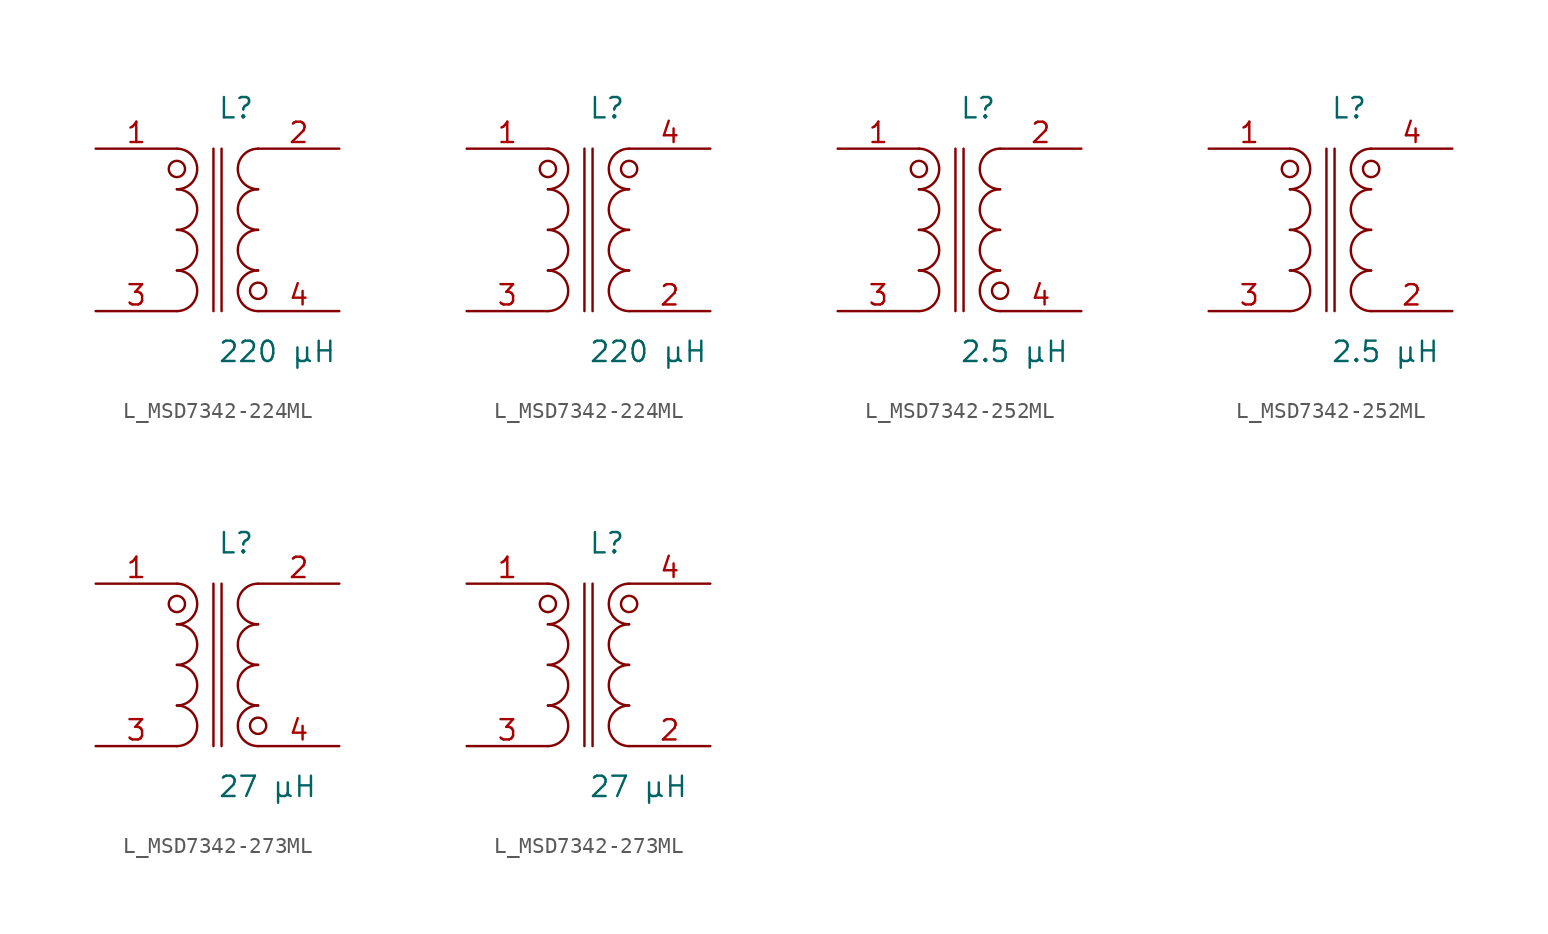
<source format=kicad_sym>
(kicad_symbol_lib
  (version 20231120)
  (generator kicad_symbol_editor)
  (generator_version 8.0)
  (symbol "L_MSD7342-224ML"
    (pin_names
      (offset 0.254))
    (property "Reference" "L"
      (at 0.0 7.62 0)
      (effects (font (size 1.27 1.27)) (justify left)))
    (property "Value" "220 µH"
      (at 0.0 -7.62 0)
      (effects (font (size 1.27 1.27)) (justify left)))
    (symbol "L_MSD7342-224ML_1_1"
      (arc (start -2.54 -5.08) (mid -1.27 -3.81) (end -2.54 -2.54) (stroke (width 0) (type default)) (fill (type none)))
      (arc (start -2.54 -2.54) (mid -1.27 -1.27) (end -2.54 0.0) (stroke (width 0) (type default)) (fill (type none)))
      (arc (start -2.54 0.0) (mid -1.27 1.27) (end -2.54 2.54) (stroke (width 0) (type default)) (fill (type none)))
      (arc (start -2.54 2.54) (mid -1.27 3.81) (end -2.54 5.08) (stroke (width 0) (type default)) (fill (type none)))
      (arc (start 2.54 -5.08) (mid 1.27 -3.81) (end 2.54 -2.54) (stroke (width 0) (type default)) (fill (type none)))
      (arc (start 2.54 -2.54) (mid 1.27 -1.27) (end 2.54 0.0) (stroke (width 0) (type default)) (fill (type none)))
      (arc (start 2.54 0.0) (mid 1.27 1.27) (end 2.54 2.54) (stroke (width 0) (type default)) (fill (type none)))
      (arc (start 2.54 2.54) (mid 1.27 3.81) (end 2.54 5.08) (stroke (width 0) (type default)) (fill (type none)))
      (circle (center -2.54 3.81) (radius 0.508) (stroke (width 0) (type default)) (fill (type none)))
      (circle (center 2.54 -3.81) (radius 0.508) (stroke (width 0) (type default)) (fill (type none)))
      (polyline (pts (xy -0.254 5.08) (xy -0.254 -5.08)) (stroke (width 0) (type default)) (fill (type none)))
      (polyline (pts (xy 0.254 5.08) (xy 0.254 -5.08)) (stroke (width 0) (type default)) (fill (type none)))
      (pin unspecified line (at -7.62 5.08 0) (length 5.08) (name "" (effects (font (size 1.27 1.27)))) (number "1" (effects (font (size 1.27 1.27)))))
      (pin unspecified line (at -7.62 -5.08 0) (length 5.08) (name "" (effects (font (size 1.27 1.27)))) (number "3" (effects (font (size 1.27 1.27)))))
      (pin unspecified line (at 7.62 5.08 180) (length 5.08) (name "" (effects (font (size 1.27 1.27)))) (number "2" (effects (font (size 1.27 1.27)))))
      (pin unspecified line (at 7.62 -5.08 180) (length 5.08) (name "" (effects (font (size 1.27 1.27)))) (number "4" (effects (font (size 1.27 1.27))))))
    (symbol "L_MSD7342-224ML_1_2"
      (arc (start -2.54 -5.08) (mid -1.27 -3.81) (end -2.54 -2.54) (stroke (width 0) (type default)) (fill (type none)))
      (arc (start -2.54 -2.54) (mid -1.27 -1.27) (end -2.54 0.0) (stroke (width 0) (type default)) (fill (type none)))
      (arc (start -2.54 0.0) (mid -1.27 1.27) (end -2.54 2.54) (stroke (width 0) (type default)) (fill (type none)))
      (arc (start -2.54 2.54) (mid -1.27 3.81) (end -2.54 5.08) (stroke (width 0) (type default)) (fill (type none)))
      (arc (start 2.54 -5.08) (mid 1.27 -3.81) (end 2.54 -2.54) (stroke (width 0) (type default)) (fill (type none)))
      (arc (start 2.54 -2.54) (mid 1.27 -1.27) (end 2.54 0.0) (stroke (width 0) (type default)) (fill (type none)))
      (arc (start 2.54 0.0) (mid 1.27 1.27) (end 2.54 2.54) (stroke (width 0) (type default)) (fill (type none)))
      (arc (start 2.54 2.54) (mid 1.27 3.81) (end 2.54 5.08) (stroke (width 0) (type default)) (fill (type none)))
      (circle (center -2.54 3.81) (radius 0.508) (stroke (width 0) (type default)) (fill (type none)))
      (circle (center 2.54 3.81) (radius 0.508) (stroke (width 0) (type default)) (fill (type none)))
      (polyline (pts (xy -0.254 5.08) (xy -0.254 -5.08)) (stroke (width 0) (type default)) (fill (type none)))
      (polyline (pts (xy 0.254 5.08) (xy 0.254 -5.08)) (stroke (width 0) (type default)) (fill (type none)))
      (pin unspecified line (at -7.62 5.08 0) (length 5.08) (name "" (effects (font (size 1.27 1.27)))) (number "1" (effects (font (size 1.27 1.27)))))
      (pin unspecified line (at -7.62 -5.08 0) (length 5.08) (name "" (effects (font (size 1.27 1.27)))) (number "3" (effects (font (size 1.27 1.27)))))
      (pin unspecified line (at 7.62 -5.08 180) (length 5.08) (name "" (effects (font (size 1.27 1.27)))) (number "2" (effects (font (size 1.27 1.27)))))
      (pin unspecified line (at 7.62 5.08 180) (length 5.08) (name "" (effects (font (size 1.27 1.27)))) (number "4" (effects (font (size 1.27 1.27)))))))
  (symbol "L_MSD7342-252ML"
    (pin_names
      (offset 0.254))
    (property "Reference" "L"
      (at 0.0 7.62 0)
      (effects (font (size 1.27 1.27)) (justify left)))
    (property "Value" "2.5 µH"
      (at 0.0 -7.62 0)
      (effects (font (size 1.27 1.27)) (justify left)))
    (symbol "L_MSD7342-252ML_1_1"
      (arc (start -2.54 -5.08) (mid -1.27 -3.81) (end -2.54 -2.54) (stroke (width 0) (type default)) (fill (type none)))
      (arc (start -2.54 -2.54) (mid -1.27 -1.27) (end -2.54 0.0) (stroke (width 0) (type default)) (fill (type none)))
      (arc (start -2.54 0.0) (mid -1.27 1.27) (end -2.54 2.54) (stroke (width 0) (type default)) (fill (type none)))
      (arc (start -2.54 2.54) (mid -1.27 3.81) (end -2.54 5.08) (stroke (width 0) (type default)) (fill (type none)))
      (arc (start 2.54 -5.08) (mid 1.27 -3.81) (end 2.54 -2.54) (stroke (width 0) (type default)) (fill (type none)))
      (arc (start 2.54 -2.54) (mid 1.27 -1.27) (end 2.54 0.0) (stroke (width 0) (type default)) (fill (type none)))
      (arc (start 2.54 0.0) (mid 1.27 1.27) (end 2.54 2.54) (stroke (width 0) (type default)) (fill (type none)))
      (arc (start 2.54 2.54) (mid 1.27 3.81) (end 2.54 5.08) (stroke (width 0) (type default)) (fill (type none)))
      (circle (center -2.54 3.81) (radius 0.508) (stroke (width 0) (type default)) (fill (type none)))
      (circle (center 2.54 -3.81) (radius 0.508) (stroke (width 0) (type default)) (fill (type none)))
      (polyline (pts (xy -0.254 5.08) (xy -0.254 -5.08)) (stroke (width 0) (type default)) (fill (type none)))
      (polyline (pts (xy 0.254 5.08) (xy 0.254 -5.08)) (stroke (width 0) (type default)) (fill (type none)))
      (pin unspecified line (at -7.62 5.08 0) (length 5.08) (name "" (effects (font (size 1.27 1.27)))) (number "1" (effects (font (size 1.27 1.27)))))
      (pin unspecified line (at -7.62 -5.08 0) (length 5.08) (name "" (effects (font (size 1.27 1.27)))) (number "3" (effects (font (size 1.27 1.27)))))
      (pin unspecified line (at 7.62 5.08 180) (length 5.08) (name "" (effects (font (size 1.27 1.27)))) (number "2" (effects (font (size 1.27 1.27)))))
      (pin unspecified line (at 7.62 -5.08 180) (length 5.08) (name "" (effects (font (size 1.27 1.27)))) (number "4" (effects (font (size 1.27 1.27))))))
    (symbol "L_MSD7342-252ML_1_2"
      (arc (start -2.54 -5.08) (mid -1.27 -3.81) (end -2.54 -2.54) (stroke (width 0) (type default)) (fill (type none)))
      (arc (start -2.54 -2.54) (mid -1.27 -1.27) (end -2.54 0.0) (stroke (width 0) (type default)) (fill (type none)))
      (arc (start -2.54 0.0) (mid -1.27 1.27) (end -2.54 2.54) (stroke (width 0) (type default)) (fill (type none)))
      (arc (start -2.54 2.54) (mid -1.27 3.81) (end -2.54 5.08) (stroke (width 0) (type default)) (fill (type none)))
      (arc (start 2.54 -5.08) (mid 1.27 -3.81) (end 2.54 -2.54) (stroke (width 0) (type default)) (fill (type none)))
      (arc (start 2.54 -2.54) (mid 1.27 -1.27) (end 2.54 0.0) (stroke (width 0) (type default)) (fill (type none)))
      (arc (start 2.54 0.0) (mid 1.27 1.27) (end 2.54 2.54) (stroke (width 0) (type default)) (fill (type none)))
      (arc (start 2.54 2.54) (mid 1.27 3.81) (end 2.54 5.08) (stroke (width 0) (type default)) (fill (type none)))
      (circle (center -2.54 3.81) (radius 0.508) (stroke (width 0) (type default)) (fill (type none)))
      (circle (center 2.54 3.81) (radius 0.508) (stroke (width 0) (type default)) (fill (type none)))
      (polyline (pts (xy -0.254 5.08) (xy -0.254 -5.08)) (stroke (width 0) (type default)) (fill (type none)))
      (polyline (pts (xy 0.254 5.08) (xy 0.254 -5.08)) (stroke (width 0) (type default)) (fill (type none)))
      (pin unspecified line (at -7.62 5.08 0) (length 5.08) (name "" (effects (font (size 1.27 1.27)))) (number "1" (effects (font (size 1.27 1.27)))))
      (pin unspecified line (at -7.62 -5.08 0) (length 5.08) (name "" (effects (font (size 1.27 1.27)))) (number "3" (effects (font (size 1.27 1.27)))))
      (pin unspecified line (at 7.62 -5.08 180) (length 5.08) (name "" (effects (font (size 1.27 1.27)))) (number "2" (effects (font (size 1.27 1.27)))))
      (pin unspecified line (at 7.62 5.08 180) (length 5.08) (name "" (effects (font (size 1.27 1.27)))) (number "4" (effects (font (size 1.27 1.27)))))))
  (symbol "L_MSD7342-273ML"
    (pin_names
      (offset 0.254))
    (property "Reference" "L"
      (at 0.0 7.62 0)
      (effects (font (size 1.27 1.27)) (justify left)))
    (property "Value" "27 µH"
      (at 0.0 -7.62 0)
      (effects (font (size 1.27 1.27)) (justify left)))
    (symbol "L_MSD7342-273ML_1_1"
      (arc (start -2.54 -5.08) (mid -1.27 -3.81) (end -2.54 -2.54) (stroke (width 0) (type default)) (fill (type none)))
      (arc (start -2.54 -2.54) (mid -1.27 -1.27) (end -2.54 0.0) (stroke (width 0) (type default)) (fill (type none)))
      (arc (start -2.54 0.0) (mid -1.27 1.27) (end -2.54 2.54) (stroke (width 0) (type default)) (fill (type none)))
      (arc (start -2.54 2.54) (mid -1.27 3.81) (end -2.54 5.08) (stroke (width 0) (type default)) (fill (type none)))
      (arc (start 2.54 -5.08) (mid 1.27 -3.81) (end 2.54 -2.54) (stroke (width 0) (type default)) (fill (type none)))
      (arc (start 2.54 -2.54) (mid 1.27 -1.27) (end 2.54 0.0) (stroke (width 0) (type default)) (fill (type none)))
      (arc (start 2.54 0.0) (mid 1.27 1.27) (end 2.54 2.54) (stroke (width 0) (type default)) (fill (type none)))
      (arc (start 2.54 2.54) (mid 1.27 3.81) (end 2.54 5.08) (stroke (width 0) (type default)) (fill (type none)))
      (circle (center -2.54 3.81) (radius 0.508) (stroke (width 0) (type default)) (fill (type none)))
      (circle (center 2.54 -3.81) (radius 0.508) (stroke (width 0) (type default)) (fill (type none)))
      (polyline (pts (xy -0.254 5.08) (xy -0.254 -5.08)) (stroke (width 0) (type default)) (fill (type none)))
      (polyline (pts (xy 0.254 5.08) (xy 0.254 -5.08)) (stroke (width 0) (type default)) (fill (type none)))
      (pin unspecified line (at -7.62 5.08 0) (length 5.08) (name "" (effects (font (size 1.27 1.27)))) (number "1" (effects (font (size 1.27 1.27)))))
      (pin unspecified line (at -7.62 -5.08 0) (length 5.08) (name "" (effects (font (size 1.27 1.27)))) (number "3" (effects (font (size 1.27 1.27)))))
      (pin unspecified line (at 7.62 5.08 180) (length 5.08) (name "" (effects (font (size 1.27 1.27)))) (number "2" (effects (font (size 1.27 1.27)))))
      (pin unspecified line (at 7.62 -5.08 180) (length 5.08) (name "" (effects (font (size 1.27 1.27)))) (number "4" (effects (font (size 1.27 1.27))))))
    (symbol "L_MSD7342-273ML_1_2"
      (arc (start -2.54 -5.08) (mid -1.27 -3.81) (end -2.54 -2.54) (stroke (width 0) (type default)) (fill (type none)))
      (arc (start -2.54 -2.54) (mid -1.27 -1.27) (end -2.54 0.0) (stroke (width 0) (type default)) (fill (type none)))
      (arc (start -2.54 0.0) (mid -1.27 1.27) (end -2.54 2.54) (stroke (width 0) (type default)) (fill (type none)))
      (arc (start -2.54 2.54) (mid -1.27 3.81) (end -2.54 5.08) (stroke (width 0) (type default)) (fill (type none)))
      (arc (start 2.54 -5.08) (mid 1.27 -3.81) (end 2.54 -2.54) (stroke (width 0) (type default)) (fill (type none)))
      (arc (start 2.54 -2.54) (mid 1.27 -1.27) (end 2.54 0.0) (stroke (width 0) (type default)) (fill (type none)))
      (arc (start 2.54 0.0) (mid 1.27 1.27) (end 2.54 2.54) (stroke (width 0) (type default)) (fill (type none)))
      (arc (start 2.54 2.54) (mid 1.27 3.81) (end 2.54 5.08) (stroke (width 0) (type default)) (fill (type none)))
      (circle (center -2.54 3.81) (radius 0.508) (stroke (width 0) (type default)) (fill (type none)))
      (circle (center 2.54 3.81) (radius 0.508) (stroke (width 0) (type default)) (fill (type none)))
      (polyline (pts (xy -0.254 5.08) (xy -0.254 -5.08)) (stroke (width 0) (type default)) (fill (type none)))
      (polyline (pts (xy 0.254 5.08) (xy 0.254 -5.08)) (stroke (width 0) (type default)) (fill (type none)))
      (pin unspecified line (at -7.62 5.08 0) (length 5.08) (name "" (effects (font (size 1.27 1.27)))) (number "1" (effects (font (size 1.27 1.27)))))
      (pin unspecified line (at -7.62 -5.08 0) (length 5.08) (name "" (effects (font (size 1.27 1.27)))) (number "3" (effects (font (size 1.27 1.27)))))
      (pin unspecified line (at 7.62 -5.08 180) (length 5.08) (name "" (effects (font (size 1.27 1.27)))) (number "2" (effects (font (size 1.27 1.27)))))
      (pin unspecified line (at 7.62 5.08 180) (length 5.08) (name "" (effects (font (size 1.27 1.27)))) (number "4" (effects (font (size 1.27 1.27))))))))
</source>
